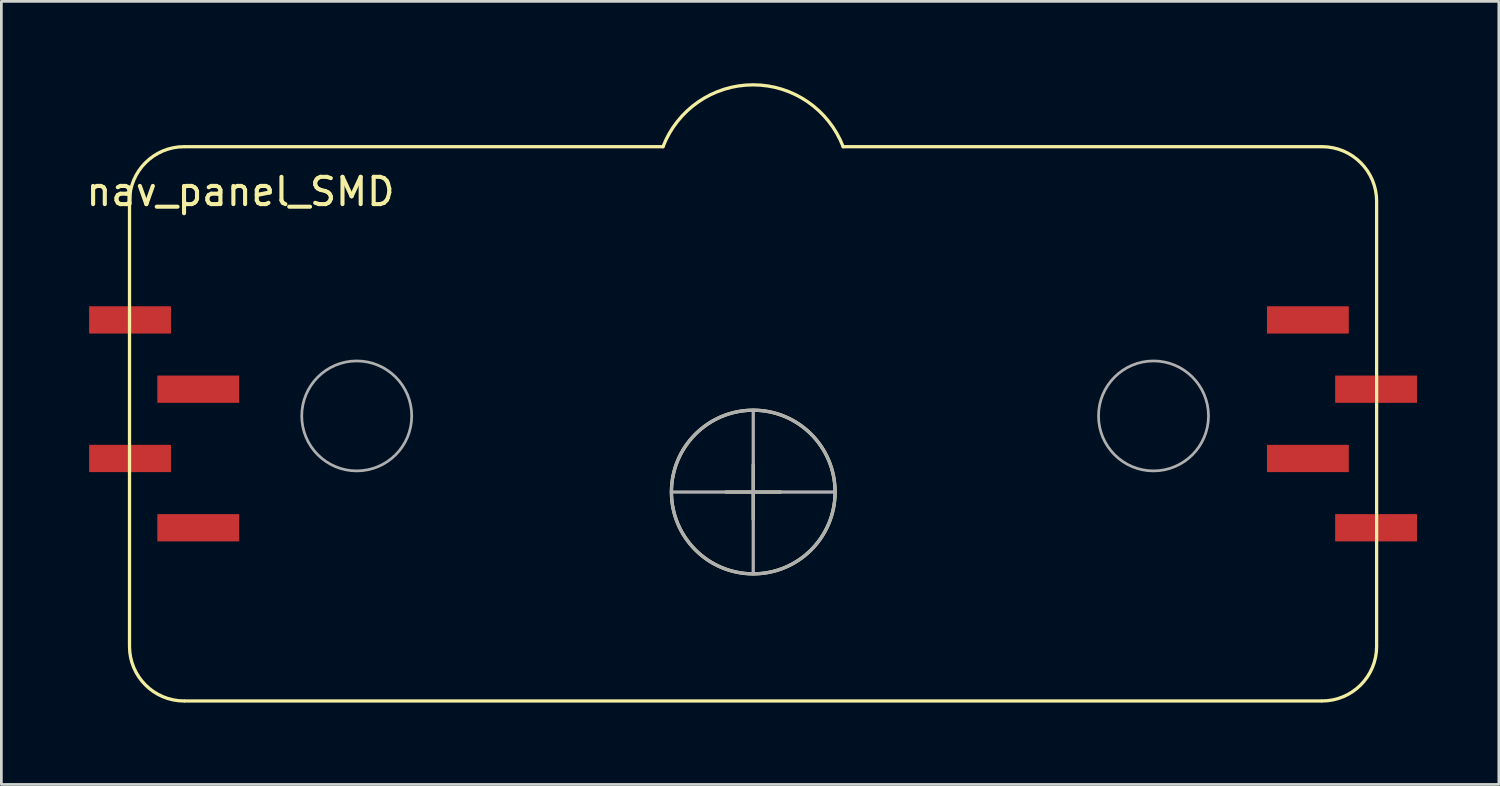
<source format=kicad_pcb>
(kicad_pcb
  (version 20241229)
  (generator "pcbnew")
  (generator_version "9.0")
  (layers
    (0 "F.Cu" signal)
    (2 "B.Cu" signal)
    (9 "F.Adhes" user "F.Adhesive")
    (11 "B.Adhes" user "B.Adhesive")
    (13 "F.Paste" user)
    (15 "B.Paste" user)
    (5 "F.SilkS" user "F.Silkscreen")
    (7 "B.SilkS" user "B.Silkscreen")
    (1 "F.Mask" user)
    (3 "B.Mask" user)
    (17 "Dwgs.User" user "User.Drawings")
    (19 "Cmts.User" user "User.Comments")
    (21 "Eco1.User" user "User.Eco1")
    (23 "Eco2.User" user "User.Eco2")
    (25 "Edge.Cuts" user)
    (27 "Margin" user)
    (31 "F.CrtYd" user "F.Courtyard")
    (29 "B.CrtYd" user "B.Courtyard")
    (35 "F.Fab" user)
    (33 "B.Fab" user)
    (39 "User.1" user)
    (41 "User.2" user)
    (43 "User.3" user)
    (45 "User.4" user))
  (footprint "nav_panel_SMD"
    (layer "F.Cu")
    (at 2.968 8.678)
    (property "Reference" "nav_panel_SMD" (at 2.8 -4.7 0) (layer "F.SilkS") (effects (font (size 1 1) (thickness 0.15))))
    (attr through_hole)
    (fp_line (start -1.27 11.938) (end -1.27 -4.318) (stroke (width 0.12) (type solid)) (layer "F.SilkS"))
    (fp_line (start 0.762 -6.35) (end 18.288 -6.35) (stroke (width 0.12) (type solid)) (layer "F.SilkS"))
    (fp_line (start 20.597 6.31) (end 22.597 6.31) (stroke (width 0.12) (type solid)) (layer "F.SilkS"))
    (fp_line (start 21.597 5.31) (end 21.597 7.31) (stroke (width 0.12) (type solid)) (layer "F.SilkS"))
    (fp_line (start 24.892 -6.35) (end 42.418 -6.35) (stroke (width 0.12) (type solid)) (layer "F.SilkS"))
    (fp_line (start 42.418 13.97) (end 0.762 13.97) (stroke (width 0.12) (type solid)) (layer "F.SilkS"))
    (fp_line (start 44.45 -4.318) (end 44.45 11.938) (stroke (width 0.12) (type solid)) (layer "F.SilkS"))
    (fp_arc (start -1.27 -4.35) (mid -0.684214 -5.764214) (end 0.73 -6.35) (stroke (width 0.12) (type solid)) (layer "F.SilkS"))
    (fp_arc (start 0.73 13.97) (mid -0.684214 13.384214) (end -1.27 11.97) (stroke (width 0.12) (type solid)) (layer "F.SilkS"))
    (fp_arc (start 18.288 -6.35) (mid 21.59 -8.617811) (end 24.892 -6.35) (stroke (width 0.12) (type solid)) (layer "F.SilkS"))
    (fp_arc (start 42.45 -6.35) (mid 43.864214 -5.764214) (end 44.45 -4.35) (stroke (width 0.12) (type solid)) (layer "F.SilkS"))
    (fp_arc (start 44.45 11.97) (mid 43.864214 13.384214) (end 42.45 13.97) (stroke (width 0.12) (type solid)) (layer "F.SilkS"))
    (fp_circle (center 21.597 6.31) (end 24.597 6.31) (stroke (width 0.12) (type solid)) (fill no) (layer "F.SilkS"))
    (fp_line (start 18.597 6.31) (end 24.597 6.31) (stroke (width 0.12) (type solid)) (layer "F.Fab"))
    (fp_line (start 21.597 3.31) (end 21.597 9.31) (stroke (width 0.12) (type solid)) (layer "F.Fab"))
    (fp_circle (center 7.06 3.52) (end 5.06 3.77) (stroke (width 0.1) (type solid)) (fill no) (layer "F.Fab"))
    (fp_circle (center 21.597 6.31) (end 24.597 6.31) (stroke (width 0.12) (type solid)) (fill no) (layer "F.Fab"))
    (fp_circle (center 36.27 3.52) (end 34.27 3.77) (stroke (width 0.1) (type solid)) (fill no) (layer "F.Fab"))
    (pad "1" smd rect (at -1.25 0) (size 3 1) (layers "F.Cu" "F.Mask" "F.Paste"))
    (pad "2" smd rect (at 1.25 2.54) (size 3 1) (layers "F.Cu" "F.Mask" "F.Paste"))
    (pad "3" smd rect (at -1.25 5.08) (size 3 1) (layers "F.Cu" "F.Mask" "F.Paste"))
    (pad "4" smd rect (at 1.25 7.62) (size 3 1) (layers "F.Cu" "F.Mask" "F.Paste"))
    (pad "5" smd rect (at 44.43 7.62) (size 3 1) (layers "F.Cu" "F.Mask" "F.Paste"))
    (pad "6" smd rect (at 41.93 5.08) (size 3 1) (layers "F.Cu" "F.Mask" "F.Paste"))
    (pad "7" smd rect (at 44.43 2.54) (size 3 1) (layers "F.Cu" "F.Mask" "F.Paste"))
    (pad "8" smd rect (at 41.93 0) (size 3 1) (layers "F.Cu" "F.Mask" "F.Paste")))
  (gr_rect
    (start -3 -3)
    (end 51.898 25.708)
    (stroke (width 0.1) (type default))
    (fill no)
    (layer "Edge.Cuts")))
</source>
